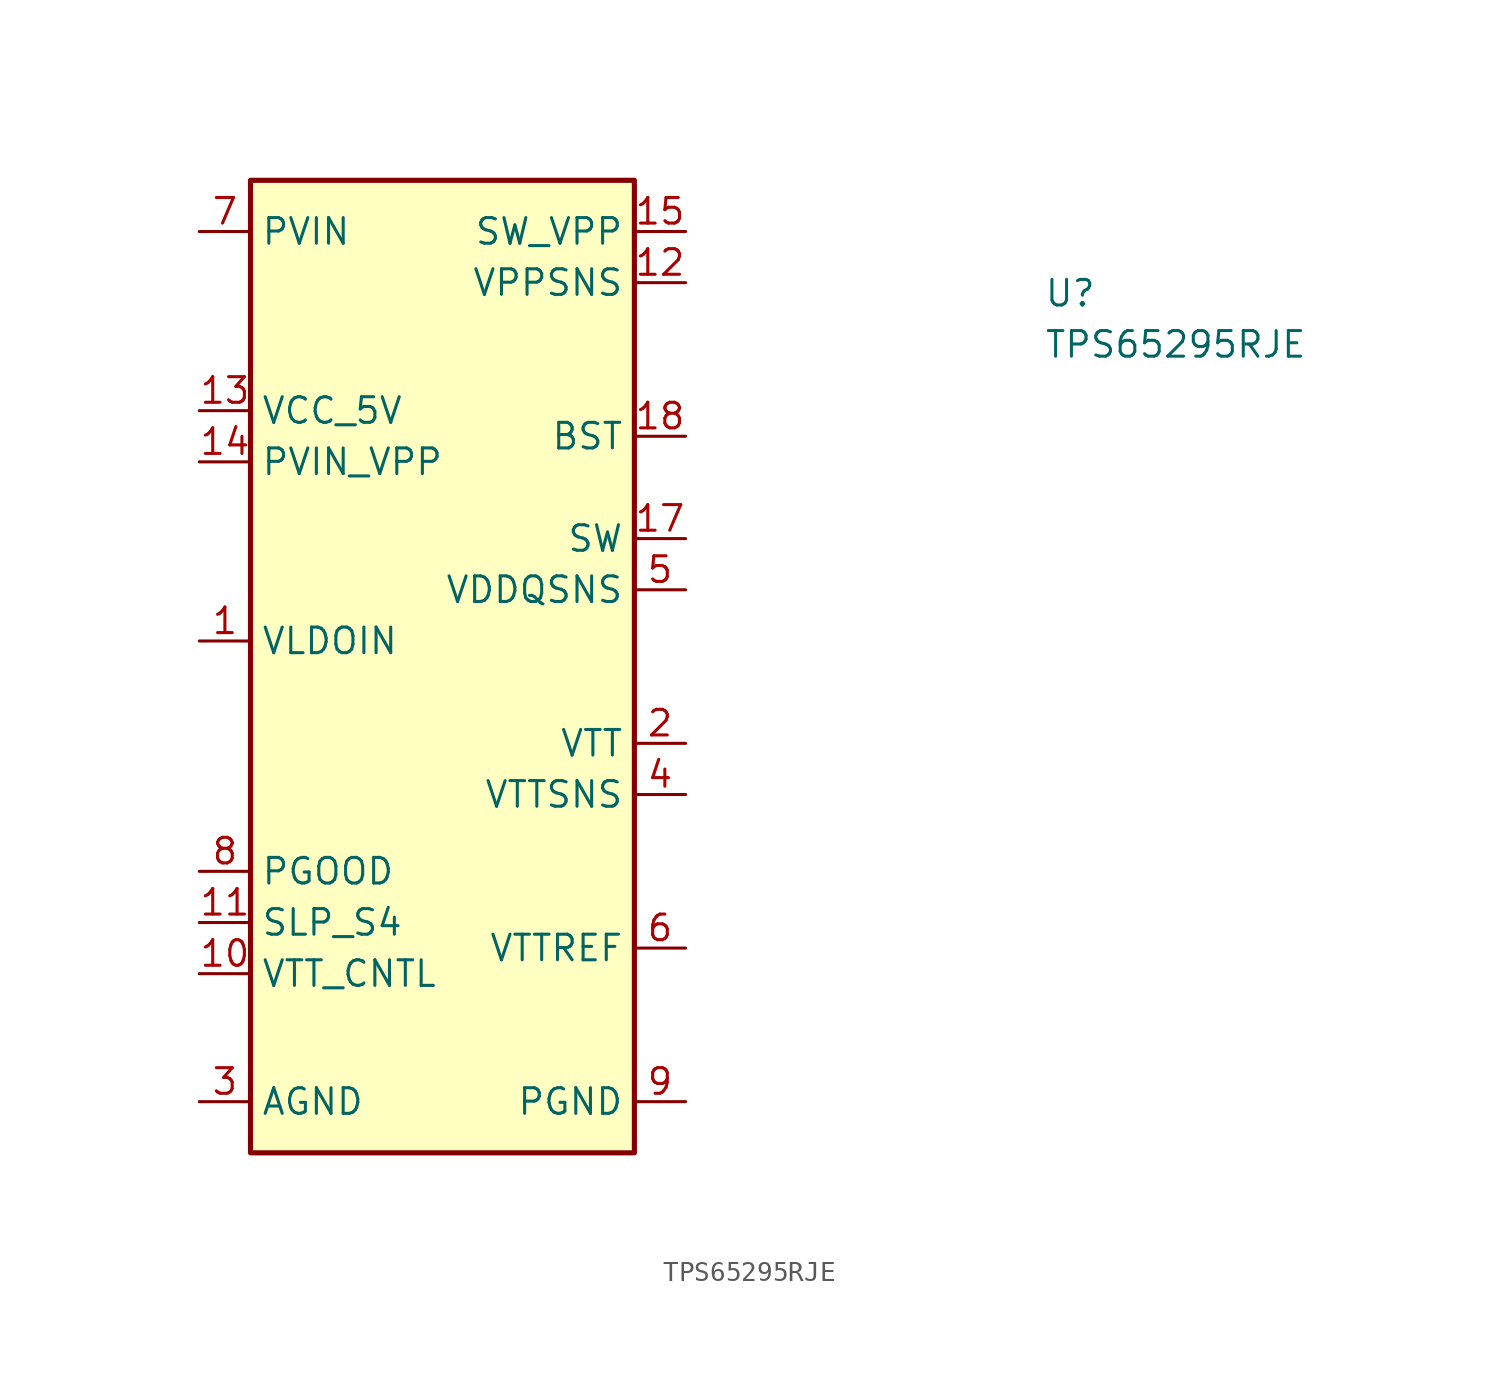
<source format=kicad_sym>
(kicad_symbol_lib
  (version 20211014)
  (generator kicad_symbol_editor)
  (symbol "TPS65295RJE"
    (property "Reference" "U"
      (at 41.91 -3.81 0)
      (effects (font (size 1.27 1.27) (thickness 0.15)) (justify left bottom)))
    (property "Value" "TPS65295RJE"
      (at 41.91 -6.35 0)
      (effects (font (size 1.27 1.27) (thickness 0.15)) (justify left bottom)))
    (symbol "TPS65295RJE_1_1"
      (rectangle (start 2.54 2.54) (end 21.59 -45.72) (stroke (width 0.254) (type default) (color 0 0 0 0)) (fill (type background)))
      (pin power_in line (at 0 -20.32 0) (length 2.54) (name "VLDOIN" (effects (font (size 1.27 1.27)))) (number "1" (effects (font (size 1.27 1.27)))))
      (pin input line (at 0 -36.83 0) (length 2.54) (name "VTT_CNTL" (effects (font (size 1.27 1.27)))) (number "10" (effects (font (size 1.27 1.27)))))
      (pin input line (at 0 -34.29 0) (length 2.54) (name "SLP_S4" (effects (font (size 1.27 1.27)))) (number "11" (effects (font (size 1.27 1.27)))))
      (pin input line (at 24.13 -2.54 180) (length 2.54) (name "VPPSNS" (effects (font (size 1.27 1.27)))) (number "12" (effects (font (size 1.27 1.27)))))
      (pin power_in line (at 0 -8.89 0) (length 2.54) (name "VCC_5V" (effects (font (size 1.27 1.27)))) (number "13" (effects (font (size 1.27 1.27)))))
      (pin power_in line (at 0 -11.43 0) (length 2.54) (name "PVIN_VPP" (effects (font (size 1.27 1.27)))) (number "14" (effects (font (size 1.27 1.27)))))
      (pin input line (at 24.13 0 180) (length 2.54) (name "SW_VPP" (effects (font (size 1.27 1.27)))) (number "15" (effects (font (size 1.27 1.27)))))
      (pin passive line (at 24.13 -43.18 180) (length 2.54) hide (name "PGND" (effects (font (size 1.27 1.27)))) (number "16" (effects (font (size 1.27 1.27)))))
      (pin input line (at 24.13 -15.24 180) (length 2.54) (name "SW" (effects (font (size 1.27 1.27)))) (number "17" (effects (font (size 1.27 1.27)))))
      (pin input line (at 24.13 -10.16 180) (length 2.54) (name "BST" (effects (font (size 1.27 1.27)))) (number "18" (effects (font (size 1.27 1.27)))))
      (pin input line (at 24.13 -25.4 180) (length 2.54) (name "VTT" (effects (font (size 1.27 1.27)))) (number "2" (effects (font (size 1.27 1.27)))))
      (pin power_in line (at 0 -43.18 0) (length 2.54) (name "AGND" (effects (font (size 1.27 1.27)))) (number "3" (effects (font (size 1.27 1.27)))))
      (pin input line (at 24.13 -27.94 180) (length 2.54) (name "VTTSNS" (effects (font (size 1.27 1.27)))) (number "4" (effects (font (size 1.27 1.27)))))
      (pin input line (at 24.13 -17.78 180) (length 2.54) (name "VDDQSNS" (effects (font (size 1.27 1.27)))) (number "5" (effects (font (size 1.27 1.27)))))
      (pin input line (at 24.13 -35.56 180) (length 2.54) (name "VTTREF" (effects (font (size 1.27 1.27)))) (number "6" (effects (font (size 1.27 1.27)))))
      (pin power_in line (at 0 0 0) (length 2.54) (name "PVIN" (effects (font (size 1.27 1.27)))) (number "7" (effects (font (size 1.27 1.27)))))
      (pin output line (at 0 -31.75 0) (length 2.54) (name "PGOOD" (effects (font (size 1.27 1.27)))) (number "8" (effects (font (size 1.27 1.27)))))
      (pin power_in line (at 24.13 -43.18 180) (length 2.54) (name "PGND" (effects (font (size 1.27 1.27)))) (number "9" (effects (font (size 1.27 1.27))))))))
</source>
